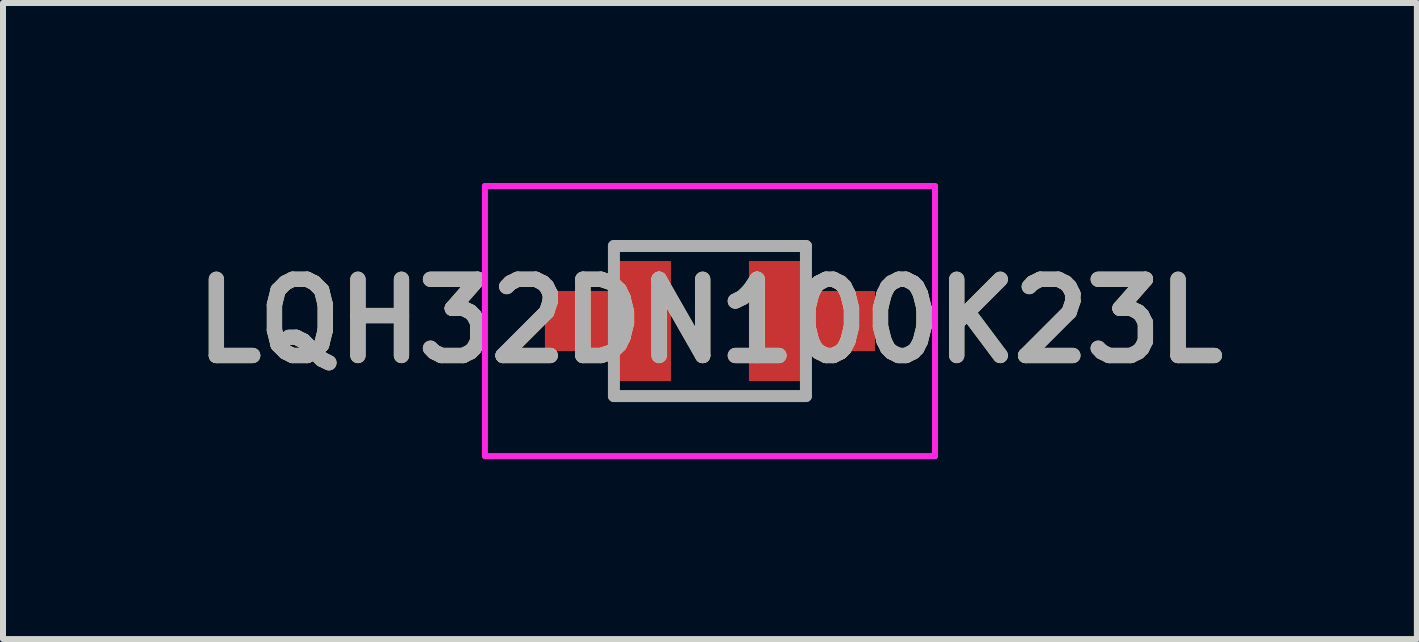
<source format=kicad_pcb>
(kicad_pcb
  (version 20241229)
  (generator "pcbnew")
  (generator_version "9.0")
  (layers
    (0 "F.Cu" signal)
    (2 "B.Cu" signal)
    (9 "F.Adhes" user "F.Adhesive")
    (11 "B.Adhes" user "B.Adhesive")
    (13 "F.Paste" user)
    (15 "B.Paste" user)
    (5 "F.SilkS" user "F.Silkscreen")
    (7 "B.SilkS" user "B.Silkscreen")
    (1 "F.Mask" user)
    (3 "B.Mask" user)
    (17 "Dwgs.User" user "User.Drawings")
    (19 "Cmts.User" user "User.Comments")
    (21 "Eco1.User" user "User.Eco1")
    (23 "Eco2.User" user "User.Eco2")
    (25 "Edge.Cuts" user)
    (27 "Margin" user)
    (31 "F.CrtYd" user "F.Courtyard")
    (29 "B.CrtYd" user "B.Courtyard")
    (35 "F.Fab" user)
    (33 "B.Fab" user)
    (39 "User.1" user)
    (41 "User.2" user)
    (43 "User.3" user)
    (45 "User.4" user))
  (footprint "LQH32DN100K23L"
    (layer "F.Cu")
    (at 8.781 2.3)
    (property "Reference" "LQH32DN100K23L" (at 0 0 0) (layer "F.SilkS") (effects (font (size 1.27 1.27) (thickness 0.254))))
    (attr smd)
    (fp_line (start -1.6 -1.25) (end 1.5 -1.25) (stroke (width 0.1) (type solid)) (layer "F.SilkS"))
    (fp_line (start -1.5 1.25) (end 1.6 1.25) (stroke (width 0.1) (type solid)) (layer "F.SilkS"))
    (fp_line (start -3.75 -2.25) (end 3.75 -2.25) (stroke (width 0.1) (type solid)) (layer "F.CrtYd"))
    (fp_line (start -3.75 2.25) (end -3.75 -2.25) (stroke (width 0.1) (type solid)) (layer "F.CrtYd"))
    (fp_line (start 3.75 -2.25) (end 3.75 2.25) (stroke (width 0.1) (type solid)) (layer "F.CrtYd"))
    (fp_line (start 3.75 2.25) (end -3.75 2.25) (stroke (width 0.1) (type solid)) (layer "F.CrtYd"))
    (fp_line (start -1.6 -1.25) (end 1.6 -1.25) (stroke (width 0.2) (type solid)) (layer "F.Fab"))
    (fp_line (start -1.6 1.25) (end -1.6 -1.25) (stroke (width 0.2) (type solid)) (layer "F.Fab"))
    (fp_line (start 1.6 -1.25) (end 1.6 1.25) (stroke (width 0.2) (type solid)) (layer "F.Fab"))
    (fp_line (start 1.6 1.25) (end -1.6 1.25) (stroke (width 0.2) (type solid)) (layer "F.Fab"))
    (fp_text user "${REFERENCE}" (at 0 0 0) (layer "F.Fab") (effects (font (size 1.27 1.27) (thickness 0.254))))
    (pad "1" smd rect (at -1.15 0) (size 1 2) (layers "F.Cu" "F.Mask" "F.Paste"))
    (pad "2" smd rect (at 1.15 0) (size 1 2) (layers "F.Cu" "F.Mask" "F.Paste"))
    (pad "3" smd rect (at -2.2 0 90) (size 1 1.1) (layers "F.Cu" "F.Mask" "F.Paste"))
    (pad "4" smd rect (at 2.2 0 90) (size 1 1.1) (layers "F.Cu" "F.Mask" "F.Paste")))
  (gr_rect
    (start -3 -3)
    (end 20.562 7.6)
    (stroke (width 0.1) (type default))
    (fill no)
    (layer "Edge.Cuts")))
</source>
